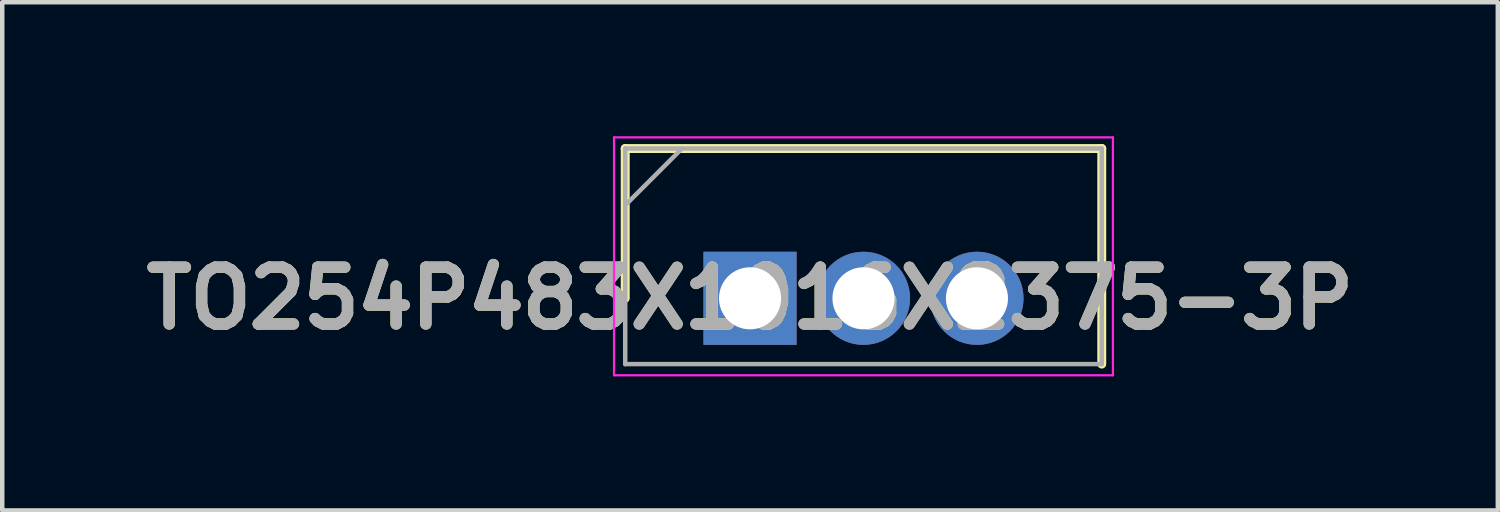
<source format=kicad_pcb>
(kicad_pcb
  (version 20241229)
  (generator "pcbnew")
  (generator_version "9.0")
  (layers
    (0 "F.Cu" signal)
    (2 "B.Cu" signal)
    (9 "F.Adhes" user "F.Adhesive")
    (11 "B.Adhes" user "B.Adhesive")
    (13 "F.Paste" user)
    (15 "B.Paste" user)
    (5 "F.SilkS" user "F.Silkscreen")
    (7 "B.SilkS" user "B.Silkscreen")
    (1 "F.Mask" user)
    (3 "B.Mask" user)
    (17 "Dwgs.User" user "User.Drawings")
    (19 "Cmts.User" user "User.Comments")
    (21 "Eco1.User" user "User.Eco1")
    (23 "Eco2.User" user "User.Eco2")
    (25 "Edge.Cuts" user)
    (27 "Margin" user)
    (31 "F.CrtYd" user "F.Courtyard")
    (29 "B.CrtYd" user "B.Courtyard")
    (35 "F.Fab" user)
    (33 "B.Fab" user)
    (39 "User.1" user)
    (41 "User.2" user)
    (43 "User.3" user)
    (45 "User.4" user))
  (footprint "TO254P483X1016X2375-3P"
    (layer "F.Cu")
    (at 13.74 3.628)
    (property "Reference" "TO254P483X1016X2375-3P" (at 0 0 0) (layer "F.SilkS") (effects (font (size 1.27 1.27) (thickness 0.254))))
    (attr through_hole)
    (fp_line (start -2.794 -3.353) (end -2.794 0) (stroke (width 0.2) (type solid)) (layer "F.SilkS"))
    (fp_line (start 7.874 -3.353) (end -2.794 -3.353) (stroke (width 0.2) (type solid)) (layer "F.SilkS"))
    (fp_line (start 7.874 1.473) (end 7.874 -3.353) (stroke (width 0.2) (type solid)) (layer "F.SilkS"))
    (fp_line (start -3.044 -3.603) (end 8.124 -3.603) (stroke (width 0.05) (type solid)) (layer "F.CrtYd"))
    (fp_line (start -3.044 1.723) (end -3.044 -3.603) (stroke (width 0.05) (type solid)) (layer "F.CrtYd"))
    (fp_line (start 8.124 -3.603) (end 8.124 1.723) (stroke (width 0.05) (type solid)) (layer "F.CrtYd"))
    (fp_line (start 8.124 1.723) (end -3.044 1.723) (stroke (width 0.05) (type solid)) (layer "F.CrtYd"))
    (fp_line (start -2.794 -3.353) (end 7.874 -3.353) (stroke (width 0.1) (type solid)) (layer "F.Fab"))
    (fp_line (start -2.794 -2.083) (end -1.524 -3.353) (stroke (width 0.1) (type solid)) (layer "F.Fab"))
    (fp_line (start -2.794 1.473) (end -2.794 -3.353) (stroke (width 0.1) (type solid)) (layer "F.Fab"))
    (fp_line (start 7.874 -3.353) (end 7.874 1.473) (stroke (width 0.1) (type solid)) (layer "F.Fab"))
    (fp_line (start 7.874 1.473) (end -2.794 1.473) (stroke (width 0.1) (type solid)) (layer "F.Fab"))
    (fp_text user "${REFERENCE}" (at 0 0 0) (layer "F.Fab") (effects (font (size 1.27 1.27) (thickness 0.254))))
    (pad "1" thru_hole rect (at 0 0) (size 2.085 2.085) (drill 1.39) (layers "*.Cu" "*.Mask"))
    (pad "2" thru_hole circle (at 2.54 0) (size 2.085 2.085) (drill 1.39) (layers "*.Cu" "*.Mask"))
    (pad "3" thru_hole circle (at 5.08 0) (size 2.085 2.085) (drill 1.39) (layers "*.Cu" "*.Mask")))
  (gr_rect
    (start -3 -3)
    (end 30.48 8.376)
    (stroke (width 0.1) (type default))
    (fill no)
    (layer "Edge.Cuts")))
</source>
